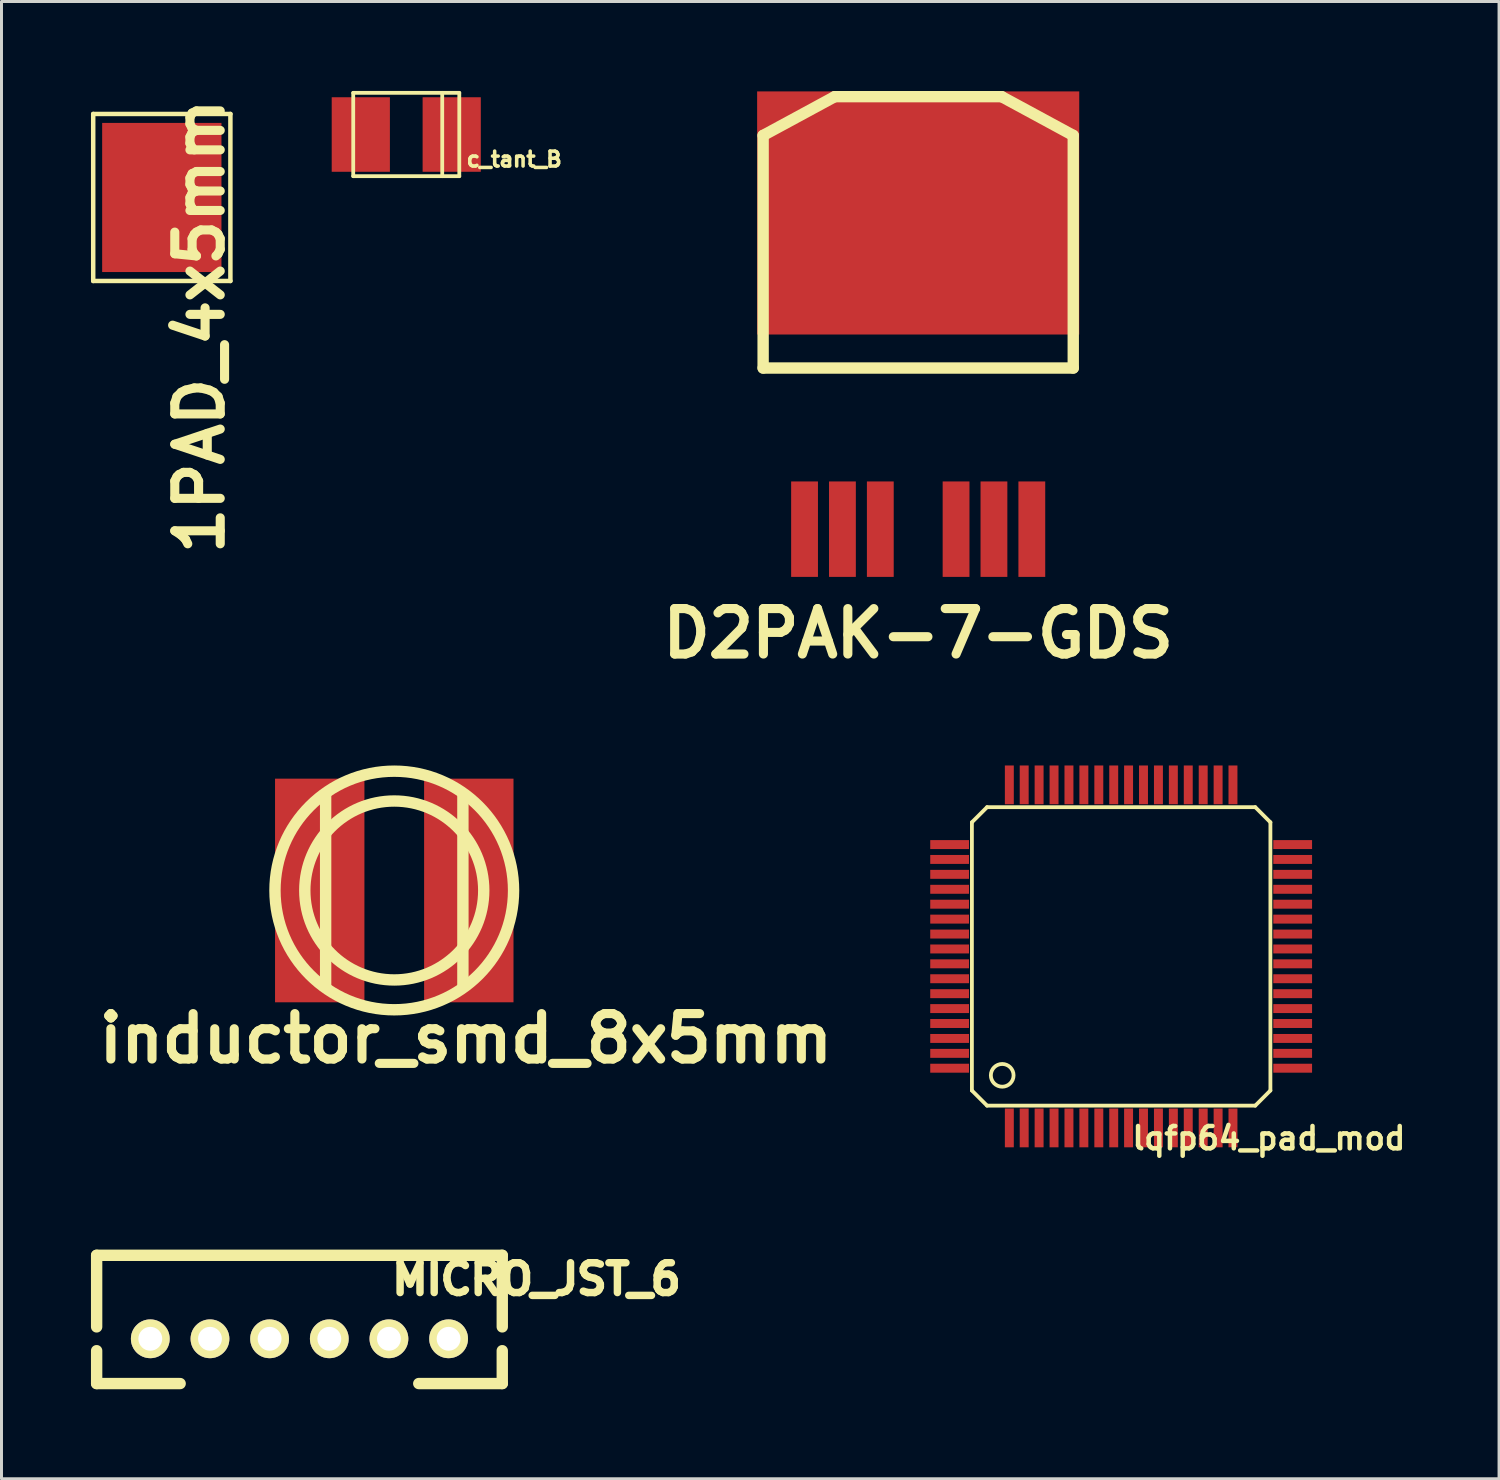
<source format=kicad_pcb>
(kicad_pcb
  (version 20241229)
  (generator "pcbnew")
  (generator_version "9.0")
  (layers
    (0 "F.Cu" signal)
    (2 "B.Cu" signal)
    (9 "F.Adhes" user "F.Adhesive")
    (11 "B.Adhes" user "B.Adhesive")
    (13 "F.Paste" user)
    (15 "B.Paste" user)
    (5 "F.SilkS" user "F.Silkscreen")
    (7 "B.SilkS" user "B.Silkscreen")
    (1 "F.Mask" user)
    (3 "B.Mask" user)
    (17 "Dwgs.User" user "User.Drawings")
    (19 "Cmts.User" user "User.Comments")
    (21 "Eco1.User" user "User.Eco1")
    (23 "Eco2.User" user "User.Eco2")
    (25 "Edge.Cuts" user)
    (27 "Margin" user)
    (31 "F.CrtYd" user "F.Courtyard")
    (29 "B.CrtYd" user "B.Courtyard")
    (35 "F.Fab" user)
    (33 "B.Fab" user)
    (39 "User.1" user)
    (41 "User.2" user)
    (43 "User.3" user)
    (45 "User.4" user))
  (footprint "inductor_smd_8x5mm"
    (layer "F.Cu")
    (at 10.169 26.806)
    (property "Reference" "inductor_smd_8x5mm" (at 2.4 4.962 0) (layer "F.SilkS") (effects (font (size 1.524 1.524) (thickness 0.305))))
    (attr smd)
    (fp_line (start -2.301 -3.2) (end -2.301 3.2) (stroke (width 0.381) (type solid)) (layer "F.SilkS"))
    (fp_line (start 2.301 3.2) (end 2.301 -3.2) (stroke (width 0.381) (type solid)) (layer "F.SilkS"))
    (fp_circle (center 0 0) (end -4 0) (stroke (width 0.381) (type solid)) (fill no) (layer "F.SilkS"))
    (fp_circle (center 0 0) (end -3 0) (stroke (width 0.381) (type solid)) (fill no) (layer "F.SilkS"))
    (pad "1" smd rect (at -2.499 0) (size 2.997 7.498) (layers "F.Cu" "F.Mask" "F.Paste"))
    (pad "2" smd rect (at 2.499 0) (size 2.997 7.498) (layers "F.Cu" "F.Mask" "F.Paste")))
  (footprint "MICRO_JST_6"
    (layer "F.Cu")
    (at 6.99 41.837)
    (property "Reference" "MICRO_JST_6" (at 7.946 -2 180) (layer "F.SilkS") (effects (font (size 1 1) (thickness 0.25))))
    (attr through_hole)
    (fp_line (start -6.8 -2.799) (end -6.8 -0.399) (stroke (width 0.381) (type solid)) (layer "F.SilkS"))
    (fp_line (start -6.8 -2.799) (end 6.8 -2.799) (stroke (width 0.381) (type solid)) (layer "F.SilkS"))
    (fp_line (start -6.8 1.501) (end -6.8 0.399) (stroke (width 0.381) (type solid)) (layer "F.SilkS"))
    (fp_line (start -4 1.501) (end -6.8 1.501) (stroke (width 0.381) (type solid)) (layer "F.SilkS"))
    (fp_line (start 6.8 -2.799) (end 6.8 -0.399) (stroke (width 0.381) (type solid)) (layer "F.SilkS"))
    (fp_line (start 6.8 1.501) (end 4 1.501) (stroke (width 0.381) (type solid)) (layer "F.SilkS"))
    (fp_line (start 6.8 1.501) (end 6.8 0.399) (stroke (width 0.381) (type solid)) (layer "F.SilkS"))
    (pad "1" thru_hole circle (at -5.001 0) (size 1.3 1.3) (drill 0.8) (layers "*.Cu" "*.Mask" "F.SilkS"))
    (pad "2" thru_hole circle (at -3 0) (size 1.3 1.3) (drill 0.8) (layers "*.Cu" "*.Mask" "F.SilkS"))
    (pad "3" thru_hole circle (at -1.001 0) (size 1.3 1.3) (drill 0.8) (layers "*.Cu" "*.Mask" "F.SilkS"))
    (pad "4" thru_hole circle (at 1.001 0) (size 1.3 1.3) (drill 0.8) (layers "*.Cu" "*.Mask" "F.SilkS"))
    (pad "5" thru_hole circle (at 3 0) (size 1.3 1.3) (drill 0.8) (layers "*.Cu" "*.Mask" "F.SilkS"))
    (pad "6" thru_hole circle (at 5.001 0) (size 1.3 1.3) (drill 0.8) (layers "*.Cu" "*.Mask" "F.SilkS")))
  (footprint "1PAD_4x5mm"
    (layer "F.Cu")
    (at 2.375 3.571)
    (property "Reference" "1PAD_4x5mm" (at 1.27 4.318 270) (layer "F.SilkS") (effects (font (size 1.524 1.524) (thickness 0.305))))
    (attr through_hole)
    (fp_line (start -2.3 -2.8) (end 2.3 -2.8) (stroke (width 0.15) (type solid)) (layer "F.SilkS"))
    (fp_line (start -2.3 2.8) (end -2.3 -2.8) (stroke (width 0.15) (type solid)) (layer "F.SilkS"))
    (fp_line (start 2.3 -2.8) (end 2.3 2.8) (stroke (width 0.15) (type solid)) (layer "F.SilkS"))
    (fp_line (start 2.3 2.8) (end -2.3 2.8) (stroke (width 0.15) (type solid)) (layer "F.SilkS"))
    (pad "1" smd rect (at 0 0) (size 4 5) (layers "F.Cu" "F.Mask" "F.Paste")))
  (footprint "lqfp64_pad_mod"
    (layer "F.Cu")
    (at 34.54 29.016)
    (property "Reference" "lqfp64_pad_mod" (at 4.953 6.096 0) (layer "F.SilkS") (effects (font (size 0.749 0.749) (thickness 0.15))))
    (attr smd)
    (fp_line (start -5.004 -4.496) (end -4.496 -5.004) (stroke (width 0.127) (type solid)) (layer "F.SilkS"))
    (fp_line (start -5.004 4.496) (end -5.004 -4.496) (stroke (width 0.127) (type solid)) (layer "F.SilkS"))
    (fp_line (start -4.496 -5.004) (end 4.496 -5.004) (stroke (width 0.127) (type solid)) (layer "F.SilkS"))
    (fp_line (start -4.496 5.004) (end -5.004 4.496) (stroke (width 0.127) (type solid)) (layer "F.SilkS"))
    (fp_line (start 4.496 -5.004) (end 5.004 -4.496) (stroke (width 0.127) (type solid)) (layer "F.SilkS"))
    (fp_line (start 4.496 5.004) (end -4.496 5.004) (stroke (width 0.127) (type solid)) (layer "F.SilkS"))
    (fp_line (start 5.004 4.496) (end 4.496 5.004) (stroke (width 0.127) (type solid)) (layer "F.SilkS"))
    (fp_line (start 5.004 4.496) (end 5.004 -4.496) (stroke (width 0.127) (type solid)) (layer "F.SilkS"))
    (fp_circle (center -3.988 3.988) (end -4.216 4.293) (stroke (width 0.127) (type solid)) (fill no) (layer "F.SilkS"))
    (pad "1" smd rect (at -3.749 5.751) (size 0.3 1.3) (layers "F.Cu" "F.Mask" "F.Paste"))
    (pad "2" smd rect (at -3.251 5.751) (size 0.3 1.3) (layers "F.Cu" "F.Mask" "F.Paste"))
    (pad "3" smd rect (at -2.751 5.751) (size 0.3 1.3) (layers "F.Cu" "F.Mask" "F.Paste"))
    (pad "4" smd rect (at -2.25 5.751) (size 0.3 1.3) (layers "F.Cu" "F.Mask" "F.Paste"))
    (pad "5" smd rect (at -1.75 5.751) (size 0.3 1.3) (layers "F.Cu" "F.Mask" "F.Paste"))
    (pad "6" smd rect (at -1.25 5.751) (size 0.3 1.3) (layers "F.Cu" "F.Mask" "F.Paste"))
    (pad "7" smd rect (at -0.749 5.751) (size 0.3 1.3) (layers "F.Cu" "F.Mask" "F.Paste"))
    (pad "8" smd rect (at -0.249 5.751) (size 0.3 1.3) (layers "F.Cu" "F.Mask" "F.Paste"))
    (pad "9" smd rect (at 0.249 5.751) (size 0.3 1.3) (layers "F.Cu" "F.Mask" "F.Paste"))
    (pad "10" smd rect (at 0.749 5.751) (size 0.3 1.3) (layers "F.Cu" "F.Mask" "F.Paste"))
    (pad "11" smd rect (at 1.25 5.751) (size 0.3 1.3) (layers "F.Cu" "F.Mask" "F.Paste"))
    (pad "12" smd rect (at 1.75 5.751) (size 0.3 1.3) (layers "F.Cu" "F.Mask" "F.Paste"))
    (pad "13" smd rect (at 2.25 5.751) (size 0.3 1.3) (layers "F.Cu" "F.Mask" "F.Paste"))
    (pad "14" smd rect (at 2.751 5.751) (size 0.3 1.3) (layers "F.Cu" "F.Mask" "F.Paste"))
    (pad "15" smd rect (at 3.251 5.751) (size 0.3 1.3) (layers "F.Cu" "F.Mask" "F.Paste"))
    (pad "16" smd rect (at 3.749 5.751) (size 0.3 1.3) (layers "F.Cu" "F.Mask" "F.Paste"))
    (pad "17" smd rect (at 5.751 3.749) (size 1.3 0.3) (layers "F.Cu" "F.Mask" "F.Paste"))
    (pad "18" smd rect (at 5.751 3.251) (size 1.3 0.3) (layers "F.Cu" "F.Mask" "F.Paste"))
    (pad "19" smd rect (at 5.751 2.751) (size 1.3 0.3) (layers "F.Cu" "F.Mask" "F.Paste"))
    (pad "20" smd rect (at 5.751 2.25) (size 1.3 0.3) (layers "F.Cu" "F.Mask" "F.Paste"))
    (pad "21" smd rect (at 5.751 1.75) (size 1.3 0.3) (layers "F.Cu" "F.Mask" "F.Paste"))
    (pad "22" smd rect (at 5.751 1.25) (size 1.3 0.3) (layers "F.Cu" "F.Mask" "F.Paste"))
    (pad "23" smd rect (at 5.751 0.749) (size 1.3 0.3) (layers "F.Cu" "F.Mask" "F.Paste"))
    (pad "24" smd rect (at 5.751 0.249) (size 1.3 0.3) (layers "F.Cu" "F.Mask" "F.Paste"))
    (pad "25" smd rect (at 5.751 -0.249) (size 1.3 0.3) (layers "F.Cu" "F.Mask" "F.Paste"))
    (pad "26" smd rect (at 5.751 -0.749) (size 1.3 0.3) (layers "F.Cu" "F.Mask" "F.Paste"))
    (pad "27" smd rect (at 5.751 -1.25) (size 1.3 0.3) (layers "F.Cu" "F.Mask" "F.Paste"))
    (pad "28" smd rect (at 5.751 -1.75) (size 1.3 0.3) (layers "F.Cu" "F.Mask" "F.Paste"))
    (pad "29" smd rect (at 5.751 -2.25) (size 1.3 0.3) (layers "F.Cu" "F.Mask" "F.Paste"))
    (pad "30" smd rect (at 5.751 -2.751) (size 1.3 0.3) (layers "F.Cu" "F.Mask" "F.Paste"))
    (pad "31" smd rect (at 5.751 -3.251) (size 1.3 0.3) (layers "F.Cu" "F.Mask" "F.Paste"))
    (pad "32" smd rect (at 5.751 -3.749) (size 1.3 0.3) (layers "F.Cu" "F.Mask" "F.Paste"))
    (pad "33" smd rect (at 3.749 -5.751) (size 0.3 1.3) (layers "F.Cu" "F.Mask" "F.Paste"))
    (pad "34" smd rect (at 3.251 -5.751) (size 0.3 1.3) (layers "F.Cu" "F.Mask" "F.Paste"))
    (pad "35" smd rect (at 2.751 -5.751) (size 0.3 1.3) (layers "F.Cu" "F.Mask" "F.Paste"))
    (pad "36" smd rect (at 2.25 -5.751) (size 0.3 1.3) (layers "F.Cu" "F.Mask" "F.Paste"))
    (pad "37" smd rect (at 1.75 -5.751) (size 0.3 1.3) (layers "F.Cu" "F.Mask" "F.Paste"))
    (pad "38" smd rect (at 1.25 -5.751) (size 0.3 1.3) (layers "F.Cu" "F.Mask" "F.Paste"))
    (pad "39" smd rect (at 0.749 -5.751) (size 0.3 1.3) (layers "F.Cu" "F.Mask" "F.Paste"))
    (pad "40" smd rect (at 0.249 -5.751) (size 0.3 1.3) (layers "F.Cu" "F.Mask" "F.Paste"))
    (pad "41" smd rect (at -0.249 -5.751) (size 0.3 1.3) (layers "F.Cu" "F.Mask" "F.Paste"))
    (pad "42" smd rect (at -0.749 -5.751) (size 0.3 1.3) (layers "F.Cu" "F.Mask" "F.Paste"))
    (pad "43" smd rect (at -1.25 -5.751) (size 0.3 1.3) (layers "F.Cu" "F.Mask" "F.Paste"))
    (pad "44" smd rect (at -1.75 -5.751) (size 0.3 1.3) (layers "F.Cu" "F.Mask" "F.Paste"))
    (pad "45" smd rect (at -2.25 -5.751) (size 0.3 1.3) (layers "F.Cu" "F.Mask" "F.Paste"))
    (pad "46" smd rect (at -2.751 -5.751) (size 0.3 1.3) (layers "F.Cu" "F.Mask" "F.Paste"))
    (pad "47" smd rect (at -3.251 -5.751) (size 0.3 1.3) (layers "F.Cu" "F.Mask" "F.Paste"))
    (pad "48" smd rect (at -3.749 -5.751) (size 0.3 1.3) (layers "F.Cu" "F.Mask" "F.Paste"))
    (pad "49" smd rect (at -5.751 -3.749) (size 1.3 0.3) (layers "F.Cu" "F.Mask" "F.Paste"))
    (pad "50" smd rect (at -5.751 -3.251) (size 1.3 0.3) (layers "F.Cu" "F.Mask" "F.Paste"))
    (pad "51" smd rect (at -5.751 -2.751) (size 1.3 0.3) (layers "F.Cu" "F.Mask" "F.Paste"))
    (pad "52" smd rect (at -5.751 -2.25) (size 1.3 0.3) (layers "F.Cu" "F.Mask" "F.Paste"))
    (pad "53" smd rect (at -5.751 -1.75) (size 1.3 0.3) (layers "F.Cu" "F.Mask" "F.Paste"))
    (pad "54" smd rect (at -5.751 -1.25) (size 1.3 0.3) (layers "F.Cu" "F.Mask" "F.Paste"))
    (pad "55" smd rect (at -5.751 -0.749) (size 1.3 0.3) (layers "F.Cu" "F.Mask" "F.Paste"))
    (pad "56" smd rect (at -5.751 -0.249) (size 1.3 0.3) (layers "F.Cu" "F.Mask" "F.Paste"))
    (pad "57" smd rect (at -5.751 0.249) (size 1.3 0.3) (layers "F.Cu" "F.Mask" "F.Paste"))
    (pad "58" smd rect (at -5.751 0.749) (size 1.3 0.3) (layers "F.Cu" "F.Mask" "F.Paste"))
    (pad "59" smd rect (at -5.751 1.25) (size 1.3 0.3) (layers "F.Cu" "F.Mask" "F.Paste"))
    (pad "60" smd rect (at -5.751 1.75) (size 1.3 0.3) (layers "F.Cu" "F.Mask" "F.Paste"))
    (pad "61" smd rect (at -5.751 2.25) (size 1.3 0.3) (layers "F.Cu" "F.Mask" "F.Paste"))
    (pad "62" smd rect (at -5.751 2.751) (size 1.3 0.3) (layers "F.Cu" "F.Mask" "F.Paste"))
    (pad "63" smd rect (at -5.751 3.251) (size 1.3 0.3) (layers "F.Cu" "F.Mask" "F.Paste"))
    (pad "64" smd rect (at -5.751 3.749) (size 1.3 0.3) (layers "F.Cu" "F.Mask" "F.Paste")))
  (footprint "D2PAK-7-GDS"
    (layer "F.Cu")
    (at 27.735 9.99)
    (property "Reference" "D2PAK-7-GDS" (at 0 8.199 0) (layer "F.SilkS") (effects (font (size 1.524 1.524) (thickness 0.305))))
    (attr smd)
    (fp_line (start -5.199 -8.499) (end -2.799 -9.799) (stroke (width 0.381) (type solid)) (layer "F.SilkS"))
    (fp_line (start -5.199 -0.701) (end -5.199 -8.499) (stroke (width 0.381) (type solid)) (layer "F.SilkS"))
    (fp_line (start -2.799 -9.799) (end 2.799 -9.799) (stroke (width 0.381) (type solid)) (layer "F.SilkS"))
    (fp_line (start 2.799 -9.799) (end 5.199 -8.499) (stroke (width 0.381) (type solid)) (layer "F.SilkS"))
    (fp_line (start 5.199 -8.499) (end 5.199 -0.701) (stroke (width 0.381) (type solid)) (layer "F.SilkS"))
    (fp_line (start 5.199 -0.701) (end -5.199 -0.701) (stroke (width 0.381) (type solid)) (layer "F.SilkS"))
    (pad "D" smd rect (at 0 -5.9 180) (size 10.8 8.151) (layers "F.Cu" "F.Mask" "F.Paste"))
    (pad "G" smd rect (at -3.81 4.702 180) (size 0.899 3.2) (layers "F.Cu" "F.Mask" "F.Paste"))
    (pad "S" smd rect (at -2.54 4.702 180) (size 0.899 3.2) (layers "F.Cu" "F.Mask" "F.Paste"))
    (pad "S" smd rect (at -1.27 4.702 180) (size 0.899 3.2) (layers "F.Cu" "F.Mask" "F.Paste"))
    (pad "S" smd rect (at 1.27 4.702 180) (size 0.899 3.2) (layers "F.Cu" "F.Mask" "F.Paste"))
    (pad "S" smd rect (at 2.54 4.702 180) (size 0.899 3.2) (layers "F.Cu" "F.Mask" "F.Paste"))
    (pad "S" smd rect (at 3.81 4.702 180) (size 0.899 3.2) (layers "F.Cu" "F.Mask" "F.Paste")))
  (footprint "c_tant_B"
    (layer "F.Cu")
    (at 10.571 1.46)
    (property "Reference" "c_tant_B" (at 3.619 0.831 0) (layer "F.SilkS") (effects (font (size 0.5 0.5) (thickness 0.119))))
    (attr smd)
    (fp_line (start -1.778 -1.397) (end -1.778 1.397) (stroke (width 0.127) (type solid)) (layer "F.SilkS"))
    (fp_line (start -1.778 1.397) (end 1.778 1.397) (stroke (width 0.127) (type solid)) (layer "F.SilkS"))
    (fp_line (start 1.206 -1.397) (end 1.206 1.397) (stroke (width 0.127) (type solid)) (layer "F.SilkS"))
    (fp_line (start 1.778 -1.397) (end -1.778 -1.397) (stroke (width 0.127) (type solid)) (layer "F.SilkS"))
    (fp_line (start 1.778 1.397) (end 1.778 -1.397) (stroke (width 0.127) (type solid)) (layer "F.SilkS"))
    (pad "1" smd rect (at 1.524 0 180) (size 1.951 2.499) (layers "F.Cu" "F.Mask" "F.Paste"))
    (pad "2" smd rect (at -1.524 0 180) (size 1.951 2.499) (layers "F.Cu" "F.Mask" "F.Paste")))
  (gr_rect
    (start -3 -3)
    (end 47.21 46.529)
    (stroke (width 0.1) (type default))
    (fill no)
    (layer "Edge.Cuts")))
</source>
